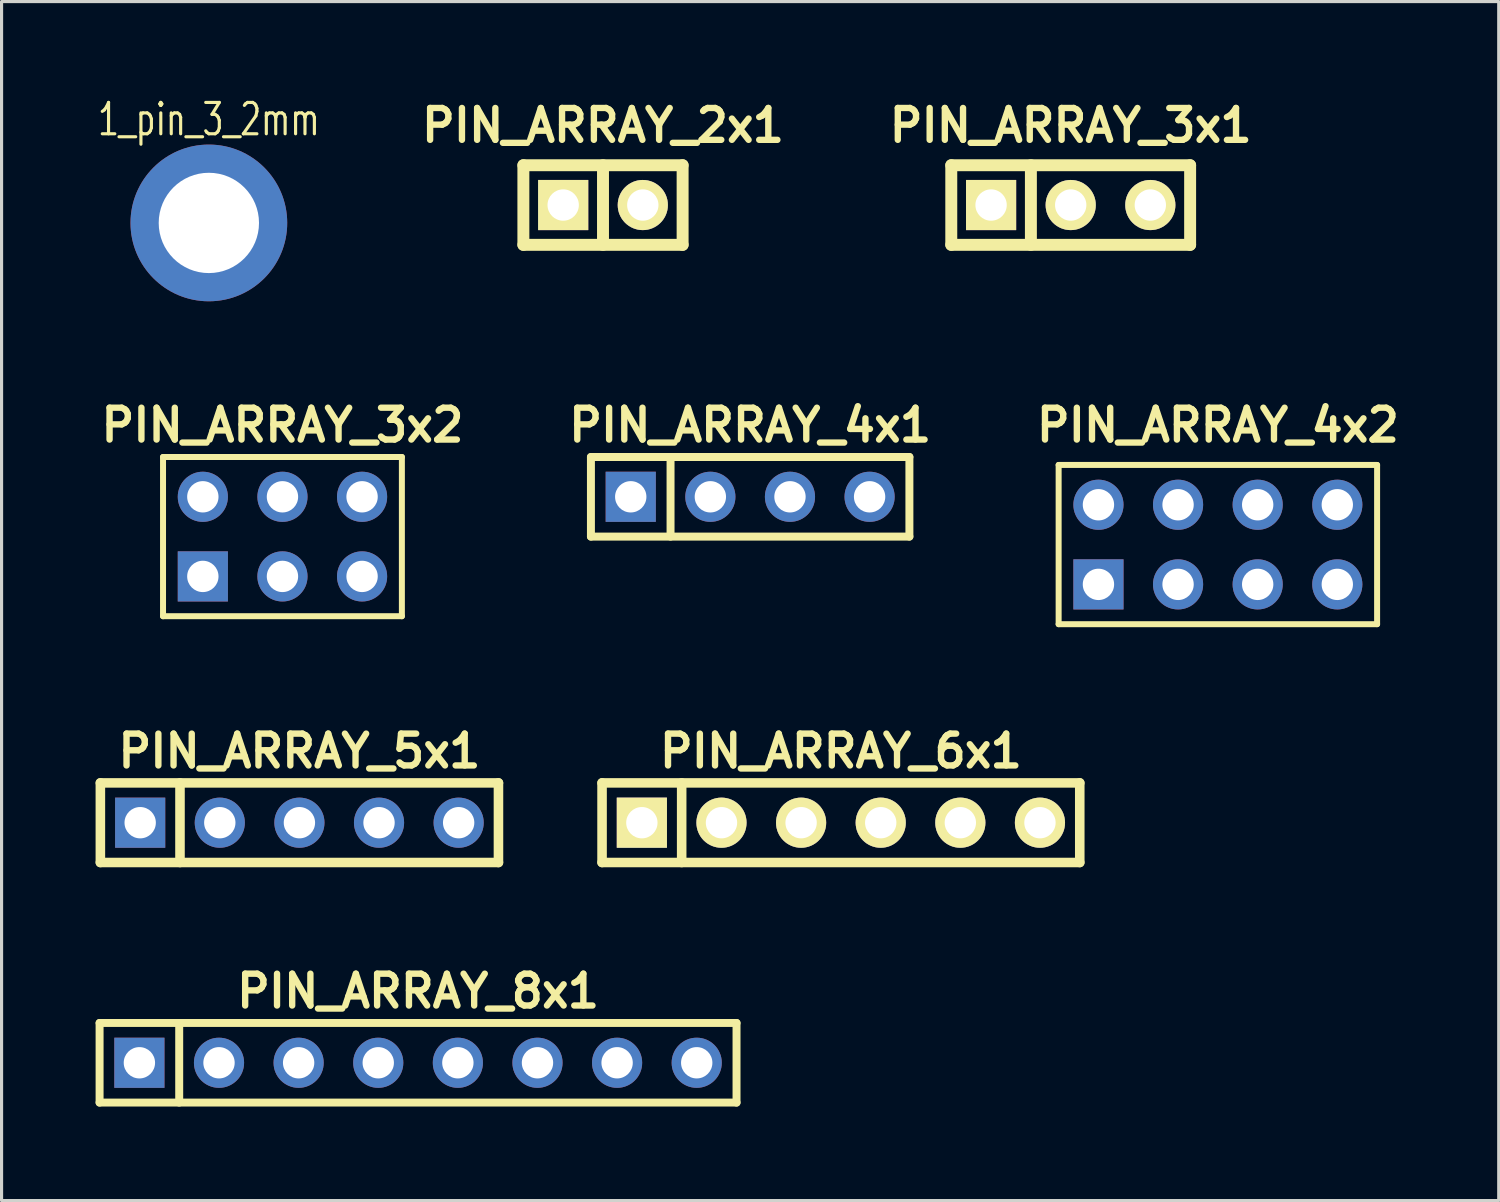
<source format=kicad_pcb>
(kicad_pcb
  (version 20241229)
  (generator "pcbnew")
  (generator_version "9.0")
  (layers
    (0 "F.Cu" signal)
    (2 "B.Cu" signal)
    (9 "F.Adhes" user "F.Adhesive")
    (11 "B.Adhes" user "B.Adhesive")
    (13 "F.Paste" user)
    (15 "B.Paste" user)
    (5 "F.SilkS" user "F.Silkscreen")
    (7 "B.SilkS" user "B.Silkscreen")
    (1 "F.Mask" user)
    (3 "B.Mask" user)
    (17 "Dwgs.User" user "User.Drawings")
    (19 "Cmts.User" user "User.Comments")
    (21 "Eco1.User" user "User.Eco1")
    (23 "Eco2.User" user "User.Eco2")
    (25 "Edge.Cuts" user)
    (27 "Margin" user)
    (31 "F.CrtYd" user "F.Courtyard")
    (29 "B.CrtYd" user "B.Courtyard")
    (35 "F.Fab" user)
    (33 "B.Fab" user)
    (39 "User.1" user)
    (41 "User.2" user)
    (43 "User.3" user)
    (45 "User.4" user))
  (footprint "PIN_ARRAY_4x1"
    (layer "F.Cu")
    (at 20.882 12.799)
    (property "Reference" "PIN_ARRAY_4x1" (at 0 -2.286 0) (layer "F.SilkS") (effects (font (size 1.016 1.016) (thickness 0.203))))
    (attr through_hole)
    (fp_line (start -5.08 -1.27) (end -5.08 1.27) (stroke (width 0.254) (type solid)) (layer "F.SilkS"))
    (fp_line (start -5.08 -1.27) (end 5.08 -1.27) (stroke (width 0.254) (type solid)) (layer "F.SilkS"))
    (fp_line (start -5.08 1.27) (end 5.08 1.27) (stroke (width 0.254) (type solid)) (layer "F.SilkS"))
    (fp_line (start -2.54 -1.27) (end -2.54 1.27) (stroke (width 0.254) (type solid)) (layer "F.SilkS"))
    (fp_line (start 5.08 1.27) (end 5.08 -1.27) (stroke (width 0.254) (type solid)) (layer "F.SilkS"))
    (pad "1" thru_hole rect (at -3.81 0) (size 1.6 1.6) (drill 1) (layers "*.Cu" "*.Mask"))
    (pad "2" thru_hole circle (at -1.27 0) (size 1.6 1.6) (drill 1) (layers "*.Cu" "*.Mask"))
    (pad "3" thru_hole circle (at 1.27 0) (size 1.6 1.6) (drill 1) (layers "*.Cu" "*.Mask"))
    (pad "4" thru_hole circle (at 3.81 0) (size 1.6 1.6) (drill 1) (layers "*.Cu" "*.Mask")))
  (footprint "PIN_ARRAY_4x2"
    (layer "F.Cu")
    (at 35.803 13.053)
    (property "Reference" "PIN_ARRAY_4x2" (at 0 -2.54 0) (layer "F.SilkS") (effects (font (size 1.016 1.016) (thickness 0.203))))
    (attr through_hole)
    (fp_line (start -5.08 3.81) (end -5.08 -1.27) (stroke (width 0.191) (type solid)) (layer "F.SilkS"))
    (fp_line (start -5.08 3.81) (end 5.08 3.81) (stroke (width 0.191) (type solid)) (layer "F.SilkS"))
    (fp_line (start 5.08 -1.27) (end -5.08 -1.27) (stroke (width 0.191) (type solid)) (layer "F.SilkS"))
    (fp_line (start 5.08 3.81) (end 5.08 -1.27) (stroke (width 0.191) (type solid)) (layer "F.SilkS"))
    (pad "1" thru_hole rect (at -3.81 2.54) (size 1.6 1.6) (drill 1) (layers "*.Cu" "*.Mask"))
    (pad "2" thru_hole circle (at -3.81 0) (size 1.6 1.6) (drill 1) (layers "*.Cu" "*.Mask"))
    (pad "3" thru_hole circle (at -1.27 2.54) (size 1.6 1.6) (drill 1) (layers "*.Cu" "*.Mask"))
    (pad "4" thru_hole circle (at -1.27 0) (size 1.6 1.6) (drill 1) (layers "*.Cu" "*.Mask"))
    (pad "5" thru_hole circle (at 1.27 2.54) (size 1.6 1.6) (drill 1) (layers "*.Cu" "*.Mask"))
    (pad "6" thru_hole circle (at 1.27 0) (size 1.6 1.6) (drill 1) (layers "*.Cu" "*.Mask"))
    (pad "7" thru_hole circle (at 3.81 2.54) (size 1.6 1.6) (drill 1) (layers "*.Cu" "*.Mask"))
    (pad "8" thru_hole circle (at 3.81 0) (size 1.6 1.6) (drill 1) (layers "*.Cu" "*.Mask")))
  (footprint "PIN_ARRAY_5x1"
    (layer "F.Cu")
    (at 6.502 23.196)
    (property "Reference" "PIN_ARRAY_5x1" (at 0 -2.286 0) (layer "F.SilkS") (effects (font (size 1.016 1.016) (thickness 0.203))))
    (attr through_hole)
    (fp_line (start -6.35 1.27) (end -6.35 -1.27) (stroke (width 0.305) (type solid)) (layer "F.SilkS"))
    (fp_line (start -6.35 1.27) (end 6.35 1.27) (stroke (width 0.305) (type solid)) (layer "F.SilkS"))
    (fp_line (start -3.81 1.27) (end -3.81 -1.27) (stroke (width 0.305) (type solid)) (layer "F.SilkS"))
    (fp_line (start 6.35 -1.27) (end -6.35 -1.27) (stroke (width 0.305) (type solid)) (layer "F.SilkS"))
    (fp_line (start 6.35 1.27) (end 6.35 -1.27) (stroke (width 0.305) (type solid)) (layer "F.SilkS"))
    (pad "1" thru_hole rect (at -5.08 0) (size 1.6 1.6) (drill 1) (layers "*.Cu" "*.Mask"))
    (pad "2" thru_hole circle (at -2.54 0) (size 1.6 1.6) (drill 1) (layers "*.Cu" "*.Mask"))
    (pad "3" thru_hole circle (at 0 0) (size 1.6 1.6) (drill 1) (layers "*.Cu" "*.Mask"))
    (pad "4" thru_hole circle (at 2.54 0) (size 1.6 1.6) (drill 1) (layers "*.Cu" "*.Mask"))
    (pad "5" thru_hole circle (at 5.08 0) (size 1.6 1.6) (drill 1) (layers "*.Cu" "*.Mask")))
  (footprint "PIN_ARRAY_3x2"
    (layer "F.Cu")
    (at 5.961 12.799)
    (property "Reference" "PIN_ARRAY_3x2" (at 0 -2.286 0) (layer "F.SilkS") (effects (font (size 1.016 1.016) (thickness 0.203))))
    (attr through_hole)
    (fp_line (start -3.81 3.81) (end -3.81 -1.27) (stroke (width 0.191) (type solid)) (layer "F.SilkS"))
    (fp_line (start -3.81 3.81) (end 3.81 3.81) (stroke (width 0.191) (type solid)) (layer "F.SilkS"))
    (fp_line (start 3.81 -1.27) (end -3.81 -1.27) (stroke (width 0.191) (type solid)) (layer "F.SilkS"))
    (fp_line (start 3.81 3.81) (end 3.81 -1.27) (stroke (width 0.191) (type solid)) (layer "F.SilkS"))
    (pad "1" thru_hole rect (at -2.54 2.54) (size 1.6 1.6) (drill 1) (layers "*.Cu" "*.Mask"))
    (pad "2" thru_hole circle (at -2.54 0) (size 1.6 1.6) (drill 1) (layers "*.Cu" "*.Mask"))
    (pad "3" thru_hole circle (at 0 2.54) (size 1.6 1.6) (drill 1) (layers "*.Cu" "*.Mask"))
    (pad "4" thru_hole circle (at 0 0) (size 1.6 1.6) (drill 1) (layers "*.Cu" "*.Mask"))
    (pad "5" thru_hole circle (at 2.54 2.54) (size 1.6 1.6) (drill 1) (layers "*.Cu" "*.Mask"))
    (pad "6" thru_hole circle (at 2.54 0) (size 1.6 1.6) (drill 1) (layers "*.Cu" "*.Mask")))
  (footprint "1_pin_3_2mm"
    (layer "F.Cu")
    (at 3.613 4.062)
    (property "Reference" "1_pin_3_2mm" (at 0 -3.302 0) (layer "F.SilkS") (effects (font (size 1 0.7) (thickness 0.1) (bold yes))))
    (attr through_hole)
    (pad "1" thru_hole circle (at 0 0) (size 5 5) (drill 3.2) (layers "*.Cu" "*.Mask")))
  (footprint "PIN_ARRAY_2x1"
    (layer "F.Cu")
    (at 16.187 3.491)
    (property "Reference" "PIN_ARRAY_2x1" (at 0 -2.54 0) (layer "F.SilkS") (effects (font (size 1.016 1.016) (thickness 0.203))))
    (attr through_hole)
    (fp_line (start -2.54 -1.27) (end -2.54 1.27) (stroke (width 0.381) (type solid)) (layer "F.SilkS"))
    (fp_line (start -2.54 -1.27) (end 2.54 -1.27) (stroke (width 0.381) (type solid)) (layer "F.SilkS"))
    (fp_line (start -2.54 1.27) (end 2.54 1.27) (stroke (width 0.381) (type solid)) (layer "F.SilkS"))
    (fp_line (start 0 -1.27) (end 0 1.27) (stroke (width 0.381) (type solid)) (layer "F.SilkS"))
    (fp_line (start 2.54 1.27) (end 2.54 -1.27) (stroke (width 0.381) (type solid)) (layer "F.SilkS"))
    (pad "1" thru_hole rect (at -1.27 0) (size 1.6 1.6) (drill 1) (layers "*.Cu" "*.Mask" "F.SilkS"))
    (pad "2" thru_hole circle (at 1.27 0) (size 1.6 1.6) (drill 1) (layers "*.Cu" "*.Mask" "F.SilkS")))
  (footprint "PIN_ARRAY_3x1"
    (layer "F.Cu")
    (at 31.108 3.491)
    (property "Reference" "PIN_ARRAY_3x1" (at 0 -2.54 0) (layer "F.SilkS") (effects (font (size 1.016 1.016) (thickness 0.203))))
    (attr through_hole)
    (fp_line (start -3.81 -1.27) (end -3.81 1.27) (stroke (width 0.381) (type solid)) (layer "F.SilkS"))
    (fp_line (start -3.81 -1.27) (end 3.81 -1.27) (stroke (width 0.381) (type solid)) (layer "F.SilkS"))
    (fp_line (start -3.81 1.27) (end 3.81 1.27) (stroke (width 0.381) (type solid)) (layer "F.SilkS"))
    (fp_line (start -1.27 -1.27) (end -1.27 1.27) (stroke (width 0.381) (type solid)) (layer "F.SilkS"))
    (fp_line (start 3.81 1.27) (end 3.81 -1.27) (stroke (width 0.381) (type solid)) (layer "F.SilkS"))
    (pad "1" thru_hole rect (at -2.54 0) (size 1.6 1.6) (drill 1) (layers "*.Cu" "*.Mask" "F.SilkS"))
    (pad "2" thru_hole circle (at 0 0) (size 1.6 1.6) (drill 1) (layers "*.Cu" "*.Mask" "F.SilkS"))
    (pad "3" thru_hole circle (at 2.54 0) (size 1.6 1.6) (drill 1) (layers "*.Cu" "*.Mask" "F.SilkS")))
  (footprint "PIN_ARRAY_6x1"
    (layer "F.Cu")
    (at 23.777 23.196)
    (property "Reference" "PIN_ARRAY_6x1" (at 0 -2.286 0) (layer "F.SilkS") (effects (font (size 1.016 1.016) (thickness 0.203))))
    (attr through_hole)
    (fp_line (start -7.62 1.27) (end -7.62 -1.27) (stroke (width 0.305) (type solid)) (layer "F.SilkS"))
    (fp_line (start -7.62 1.27) (end 7.62 1.27) (stroke (width 0.305) (type solid)) (layer "F.SilkS"))
    (fp_line (start -5.08 1.27) (end -5.08 -1.27) (stroke (width 0.305) (type solid)) (layer "F.SilkS"))
    (fp_line (start 7.62 -1.27) (end -7.62 -1.27) (stroke (width 0.305) (type solid)) (layer "F.SilkS"))
    (fp_line (start 7.62 1.27) (end 7.62 -1.27) (stroke (width 0.305) (type solid)) (layer "F.SilkS"))
    (pad "1" thru_hole rect (at -6.35 0) (size 1.6 1.6) (drill 1) (layers "*.Cu" "*.Mask" "F.SilkS"))
    (pad "2" thru_hole circle (at -3.81 0) (size 1.6 1.6) (drill 1) (layers "*.Cu" "*.Mask" "F.SilkS"))
    (pad "3" thru_hole circle (at -1.27 0) (size 1.6 1.6) (drill 1) (layers "*.Cu" "*.Mask" "F.SilkS"))
    (pad "4" thru_hole circle (at 1.27 0) (size 1.6 1.6) (drill 1) (layers "*.Cu" "*.Mask" "F.SilkS"))
    (pad "5" thru_hole circle (at 3.81 0) (size 1.6 1.6) (drill 1) (layers "*.Cu" "*.Mask" "F.SilkS"))
    (pad "6" thru_hole circle (at 6.35 0) (size 1.6 1.6) (drill 1) (layers "*.Cu" "*.Mask" "F.SilkS")))
  (footprint "PIN_ARRAY_8x1"
    (layer "F.Cu")
    (at 10.287 30.855)
    (property "Reference" "PIN_ARRAY_8x1" (at 0 -2.286 0) (layer "F.SilkS") (effects (font (size 1.016 1.016) (thickness 0.203))))
    (attr through_hole)
    (fp_line (start -10.16 -1.27) (end -10.16 1.27) (stroke (width 0.254) (type solid)) (layer "F.SilkS"))
    (fp_line (start -10.16 -1.27) (end 10.16 -1.27) (stroke (width 0.254) (type solid)) (layer "F.SilkS"))
    (fp_line (start -7.62 -1.27) (end -7.62 1.27) (stroke (width 0.254) (type solid)) (layer "F.SilkS"))
    (fp_line (start 10.16 -1.27) (end 10.16 1.27) (stroke (width 0.254) (type solid)) (layer "F.SilkS"))
    (fp_line (start 10.16 1.27) (end -10.16 1.27) (stroke (width 0.254) (type solid)) (layer "F.SilkS"))
    (pad "1" thru_hole rect (at -8.89 0) (size 1.6 1.6) (drill 1) (layers "*.Cu" "*.Mask"))
    (pad "2" thru_hole circle (at -6.35 0) (size 1.6 1.6) (drill 1) (layers "*.Cu" "*.Mask"))
    (pad "3" thru_hole circle (at -3.81 0) (size 1.6 1.6) (drill 1) (layers "*.Cu" "*.Mask"))
    (pad "4" thru_hole circle (at -1.27 0) (size 1.6 1.6) (drill 1) (layers "*.Cu" "*.Mask"))
    (pad "5" thru_hole circle (at 1.27 0) (size 1.6 1.6) (drill 1) (layers "*.Cu" "*.Mask"))
    (pad "6" thru_hole circle (at 3.81 0) (size 1.6 1.6) (drill 1) (layers "*.Cu" "*.Mask"))
    (pad "7" thru_hole circle (at 6.35 0) (size 1.6 1.6) (drill 1) (layers "*.Cu" "*.Mask"))
    (pad "8" thru_hole circle (at 8.89 0) (size 1.6 1.6) (drill 1) (layers "*.Cu" "*.Mask")))
  (gr_rect
    (start -3 -3)
    (end 44.763 35.252)
    (stroke (width 0.1) (type default))
    (fill no)
    (layer "Edge.Cuts")))
</source>
